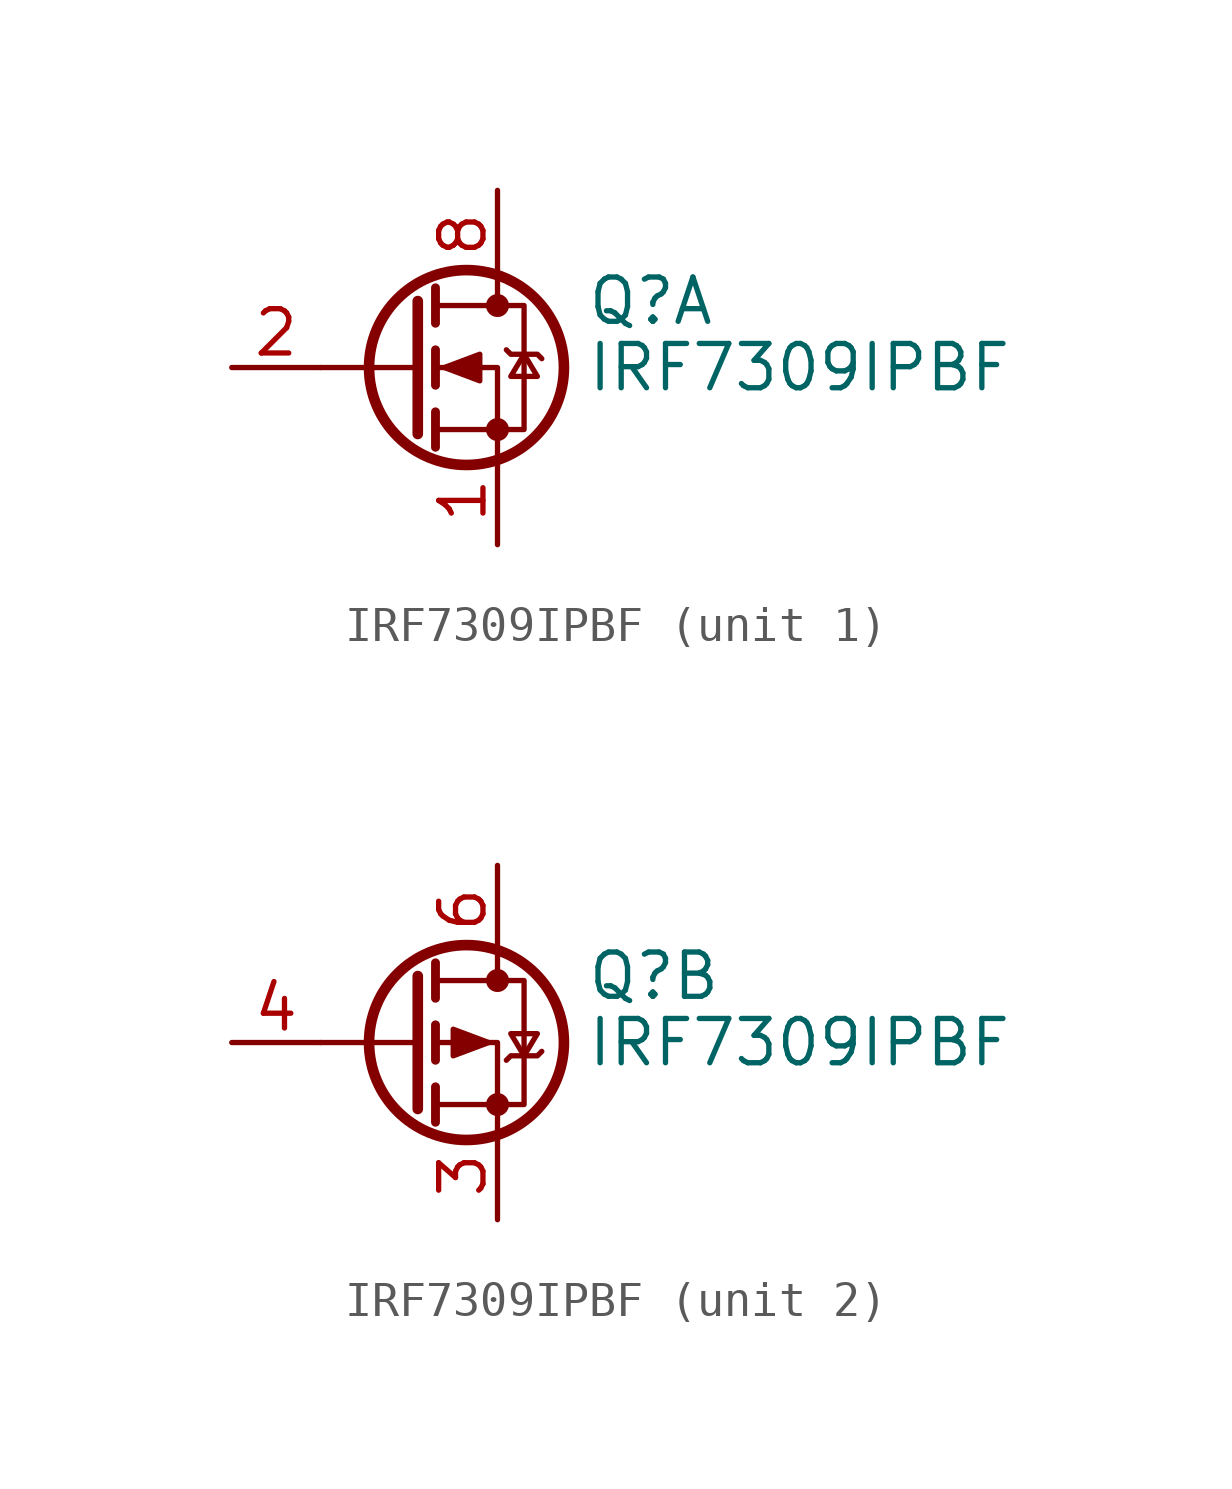
<source format=kicad_sym>
(kicad_symbol_lib
  (version 20220914)
  (generator kicad_symbol_editor)
  (symbol "IRF7309IPBF"
    (pin_names hide)
    (property "Reference" "Q"
      (at 5.08 1.905 0)
      (effects (font (size 1.27 1.27)) (justify left)))
    (property "Value" "IRF7309IPBF"
      (at 5.08 0 0)
      (effects (font (size 1.27 1.27)) (justify left)))
    (symbol "IRF7309IPBF_0_1"
      (polyline (pts (xy 0.254 0) (xy -2.54 0)) (stroke (width 0) (type default)) (fill (type none)))
      (polyline (pts (xy 0.254 1.905) (xy 0.254 -1.905)) (stroke (width 0.305) (type default)) (fill (type none)))
      (polyline (pts (xy 0.762 -1.27) (xy 0.762 -2.286)) (stroke (width 0.254) (type default)) (fill (type none)))
      (polyline (pts (xy 0.762 0.508) (xy 0.762 -0.508)) (stroke (width 0.254) (type default)) (fill (type none)))
      (polyline (pts (xy 0.762 2.286) (xy 0.762 1.27)) (stroke (width 0.254) (type default)) (fill (type none)))
      (polyline (pts (xy 2.54 2.54) (xy 2.54 1.778)) (stroke (width 0) (type default)) (fill (type none)))
      (polyline (pts (xy 2.54 -2.54) (xy 2.54 0) (xy 0.762 0)) (stroke (width 0) (type default)) (fill (type none)))
      (polyline (pts (xy 0.762 -1.778) (xy 3.302 -1.778) (xy 3.302 1.778) (xy 0.762 1.778)) (stroke (width 0) (type default)) (fill (type none)))
      (circle (center 1.651 0) (radius 2.794) (stroke (width 0.305) (type default)) (fill (type none)))
      (circle (center 2.54 -1.778) (radius 0.254) (stroke (width 0) (type default)) (fill (type outline)))
      (circle (center 2.54 1.778) (radius 0.254) (stroke (width 0) (type default)) (fill (type outline))))
    (symbol "IRF7309IPBF_1_1"
      (polyline (pts (xy 1.016 0) (xy 2.032 0.381) (xy 2.032 -0.381) (xy 1.016 0)) (stroke (width 0) (type default)) (fill (type outline)))
      (polyline (pts (xy 2.794 0.508) (xy 2.921 0.381) (xy 3.683 0.381) (xy 3.81 0.254)) (stroke (width 0) (type default)) (fill (type none)))
      (polyline (pts (xy 3.302 0.381) (xy 2.921 -0.254) (xy 3.683 -0.254) (xy 3.302 0.381)) (stroke (width 0) (type default)) (fill (type none)))
      (pin passive line (at 2.54 -5.08 90) (length 2.54) (name "S" (effects (font (size 1.27 1.27)))) (number "1" (effects (font (size 1.27 1.27)))))
      (pin input line (at -5.08 0 0) (length 2.54) (name "G" (effects (font (size 1.27 1.27)))) (number "2" (effects (font (size 1.27 1.27)))))
      (pin passive line (at 2.54 5.08 270) (length 2.54) hide (name "D" (effects (font (size 1.27 1.27)))) (number "7" (effects (font (size 1.27 1.27)))))
      (pin passive line (at 2.54 5.08 270) (length 2.54) (name "D" (effects (font (size 1.27 1.27)))) (number "8" (effects (font (size 1.27 1.27))))))
    (symbol "IRF7309IPBF_2_1"
      (polyline (pts (xy 2.286 0) (xy 1.27 0.381) (xy 1.27 -0.381) (xy 2.286 0)) (stroke (width 0) (type default)) (fill (type outline)))
      (polyline (pts (xy 2.794 -0.508) (xy 2.921 -0.381) (xy 3.683 -0.381) (xy 3.81 -0.254)) (stroke (width 0) (type default)) (fill (type none)))
      (polyline (pts (xy 3.302 -0.381) (xy 2.921 0.254) (xy 3.683 0.254) (xy 3.302 -0.381)) (stroke (width 0) (type default)) (fill (type none)))
      (pin passive line (at 2.54 -5.08 90) (length 2.54) (name "1" (effects (font (size 1.27 1.27)))) (number "3" (effects (font (size 1.27 1.27)))))
      (pin input line (at -5.08 0 0) (length 2.54) (name "G" (effects (font (size 1.27 1.27)))) (number "4" (effects (font (size 1.27 1.27)))))
      (pin passive line (at 2.54 5.08 270) (length 2.54) hide (name "D" (effects (font (size 1.27 1.27)))) (number "5" (effects (font (size 1.27 1.27)))))
      (pin passive line (at 2.54 5.08 270) (length 2.54) (name "D" (effects (font (size 1.27 1.27)))) (number "6" (effects (font (size 1.27 1.27))))))))
</source>
